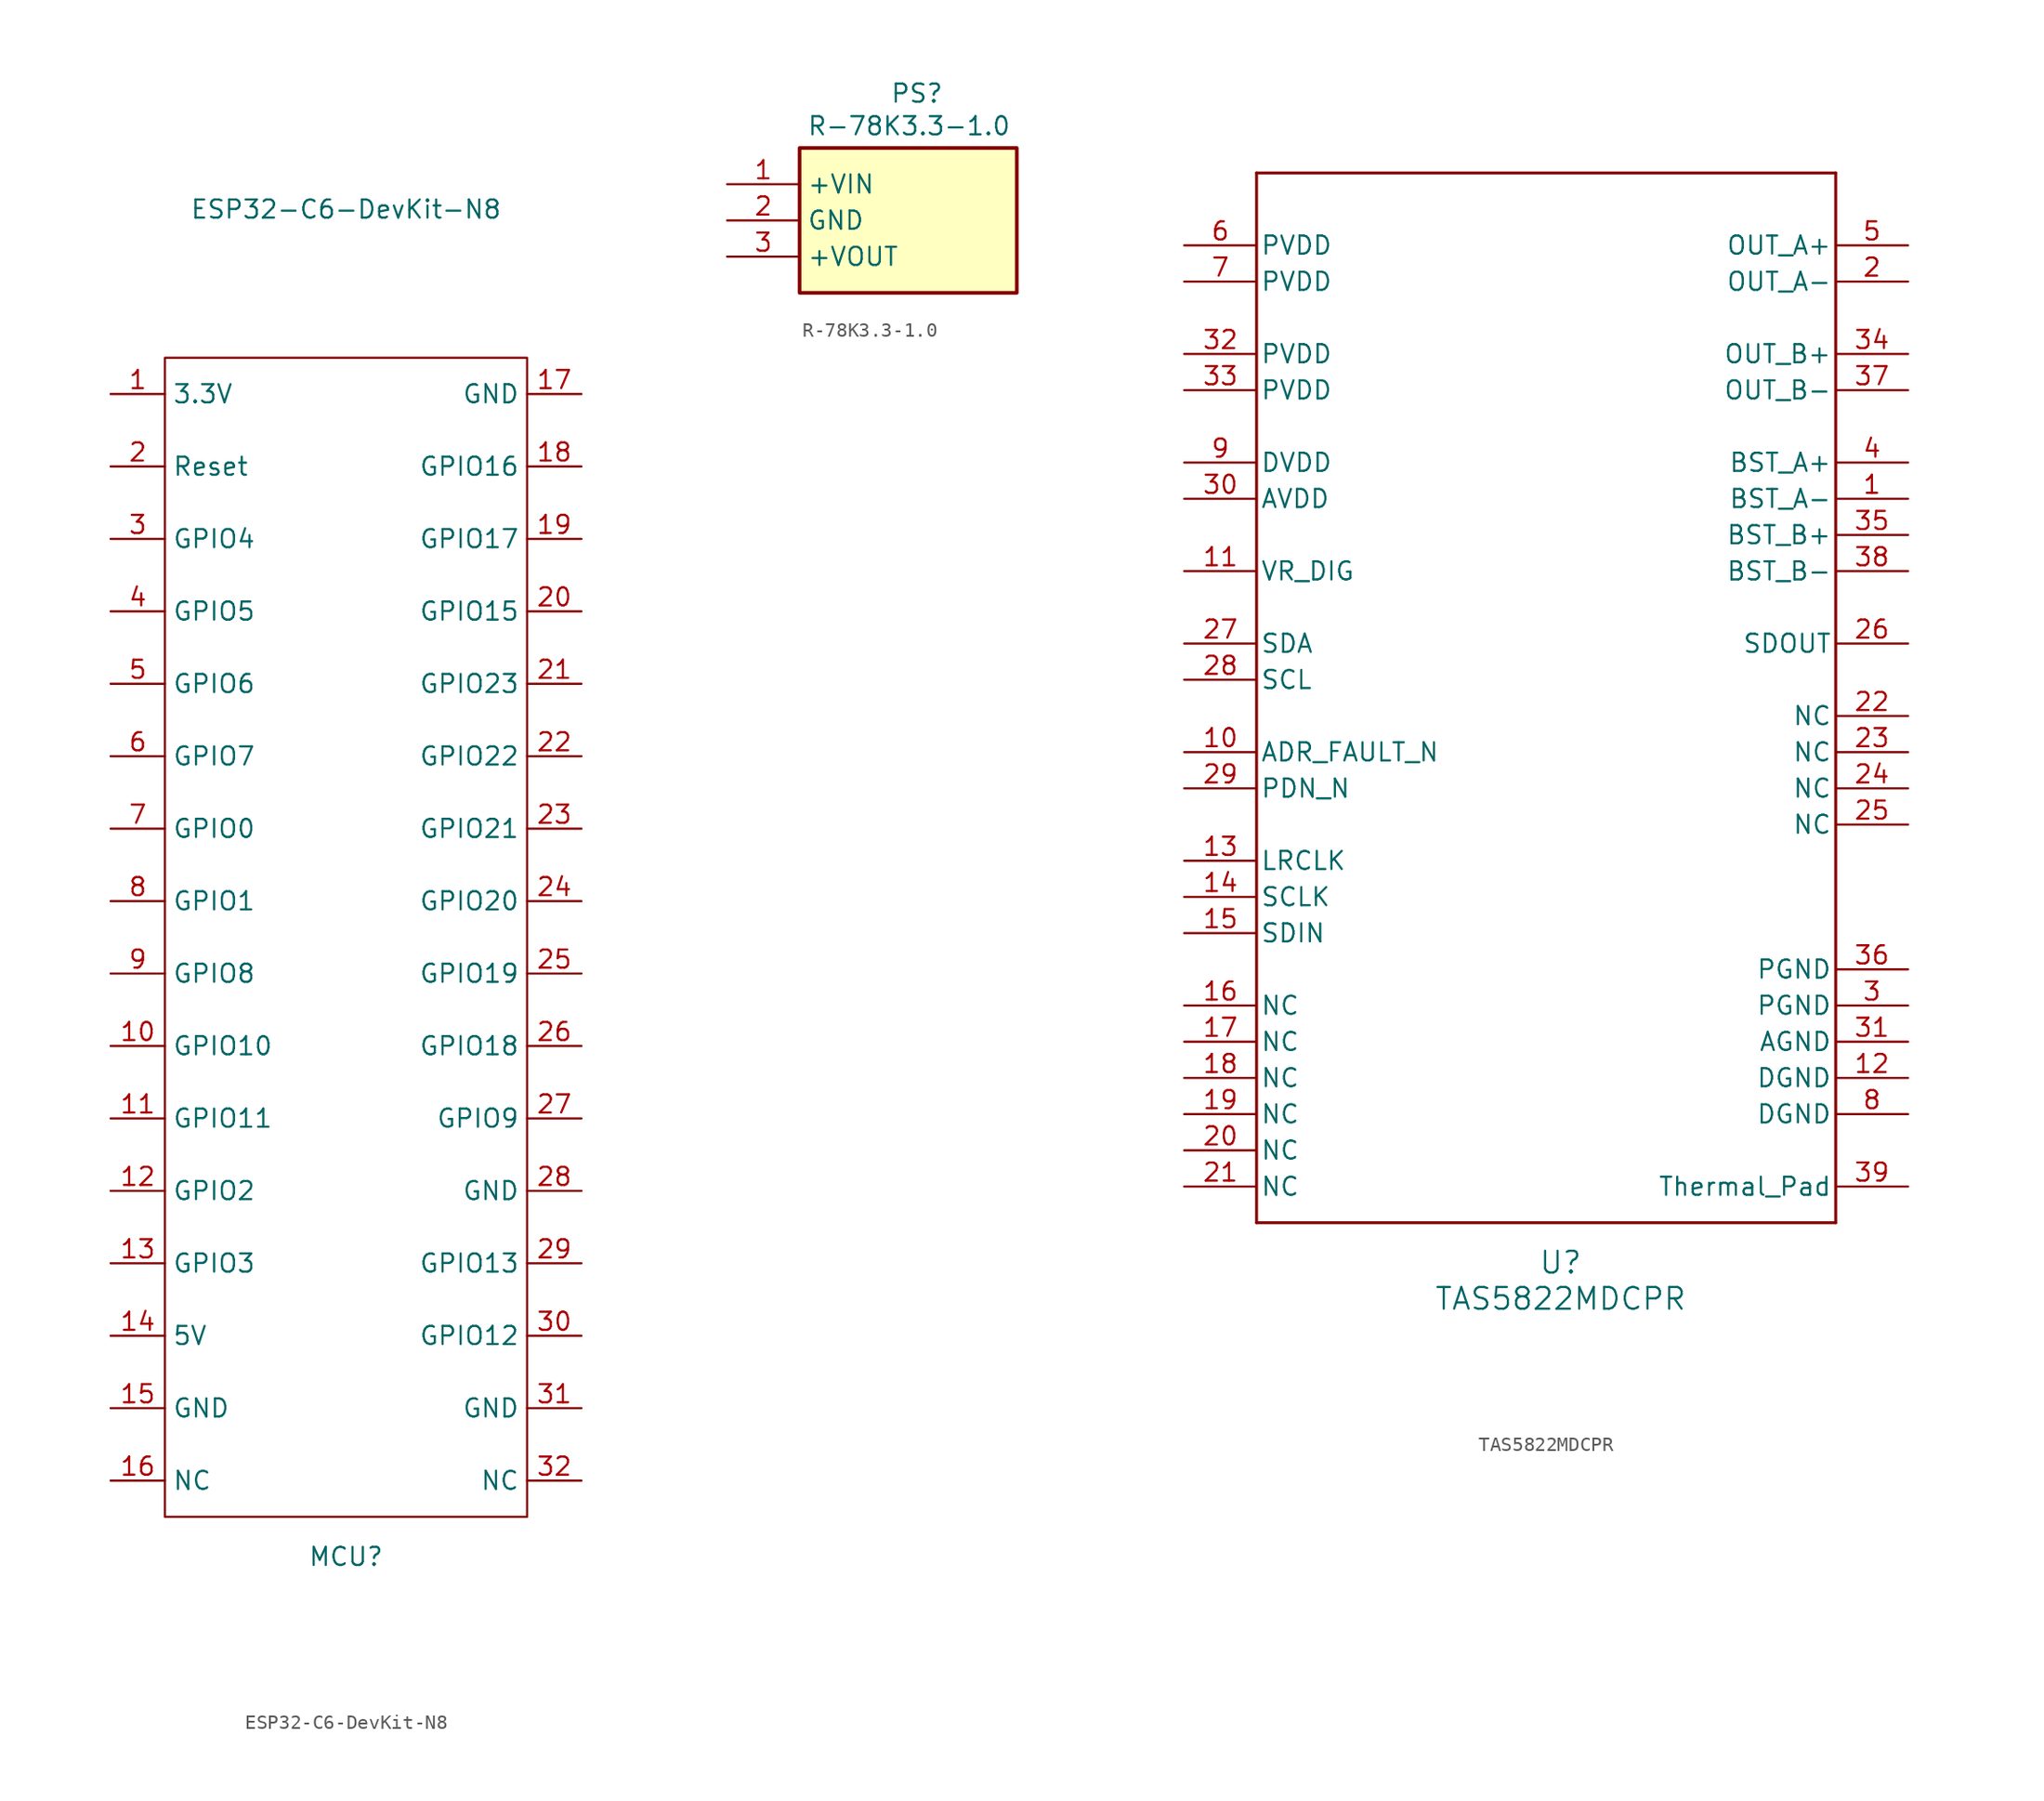
<source format=kicad_sym>
(kicad_symbol_lib
  (version 20231120)
  (generator "kicad_symbol_editor")
  (generator_version "8.0")
  (symbol "ESP32-C6-DevKit-N8"
    (property "Reference" "MCU"
      (at 0 -43.434 0)
      (effects (font (size 1.27 1.27))))
    (property "Value" "ESP32-C6-DevKit-N8"
      (at 0 51.054 0)
      (effects (font (size 1.27 1.27))))
    (symbol "ESP32-C6-DevKit-N8_0_1"
      (rectangle (start -12.7 40.64) (end 12.7 -40.64) (stroke (width 0) (type default)) (fill (type none))))
    (symbol "ESP32-C6-DevKit-N8_1_1"
      (pin power_out line (at -16.51 38.1 0) (length 3.81) (name "3.3V" (effects (font (size 1.27 1.27)))) (number "1" (effects (font (size 1.27 1.27)))))
      (pin bidirectional line (at -16.51 -7.62 0) (length 3.81) (name "GPIO10" (effects (font (size 1.27 1.27)))) (number "10" (effects (font (size 1.27 1.27)))))
      (pin bidirectional line (at -16.51 -12.7 0) (length 3.81) (name "GPIO11" (effects (font (size 1.27 1.27)))) (number "11" (effects (font (size 1.27 1.27)))))
      (pin bidirectional line (at -16.51 -17.78 0) (length 3.81) (name "GPIO2" (effects (font (size 1.27 1.27)))) (number "12" (effects (font (size 1.27 1.27)))))
      (pin bidirectional line (at -16.51 -22.86 0) (length 3.81) (name "GPIO3" (effects (font (size 1.27 1.27)))) (number "13" (effects (font (size 1.27 1.27)))))
      (pin power_in line (at -16.51 -27.94 0) (length 3.81) (name "5V" (effects (font (size 1.27 1.27)))) (number "14" (effects (font (size 1.27 1.27)))))
      (pin power_in line (at -16.51 -33.02 0) (length 3.81) (name "GND" (effects (font (size 1.27 1.27)))) (number "15" (effects (font (size 1.27 1.27)))))
      (pin unspecified line (at -16.51 -38.1 0) (length 3.81) (name "NC" (effects (font (size 1.27 1.27)))) (number "16" (effects (font (size 1.27 1.27)))))
      (pin power_in line (at 16.51 38.1 180) (length 3.81) (name "GND" (effects (font (size 1.27 1.27)))) (number "17" (effects (font (size 1.27 1.27)))))
      (pin bidirectional line (at 16.51 33.02 180) (length 3.81) (name "GPIO16" (effects (font (size 1.27 1.27)))) (number "18" (effects (font (size 1.27 1.27)))))
      (pin bidirectional line (at 16.51 27.94 180) (length 3.81) (name "GPIO17" (effects (font (size 1.27 1.27)))) (number "19" (effects (font (size 1.27 1.27)))))
      (pin input line (at -16.51 33.02 0) (length 3.81) (name "Reset" (effects (font (size 1.27 1.27)))) (number "2" (effects (font (size 1.27 1.27)))))
      (pin bidirectional line (at 16.51 22.86 180) (length 3.81) (name "GPIO15" (effects (font (size 1.27 1.27)))) (number "20" (effects (font (size 1.27 1.27)))))
      (pin bidirectional line (at 16.51 17.78 180) (length 3.81) (name "GPIO23" (effects (font (size 1.27 1.27)))) (number "21" (effects (font (size 1.27 1.27)))))
      (pin bidirectional line (at 16.51 12.7 180) (length 3.81) (name "GPIO22" (effects (font (size 1.27 1.27)))) (number "22" (effects (font (size 1.27 1.27)))))
      (pin bidirectional line (at 16.51 7.62 180) (length 3.81) (name "GPIO21" (effects (font (size 1.27 1.27)))) (number "23" (effects (font (size 1.27 1.27)))))
      (pin bidirectional line (at 16.51 2.54 180) (length 3.81) (name "GPIO20" (effects (font (size 1.27 1.27)))) (number "24" (effects (font (size 1.27 1.27)))))
      (pin bidirectional line (at 16.51 -2.54 180) (length 3.81) (name "GPIO19" (effects (font (size 1.27 1.27)))) (number "25" (effects (font (size 1.27 1.27)))))
      (pin bidirectional line (at 16.51 -7.62 180) (length 3.81) (name "GPIO18" (effects (font (size 1.27 1.27)))) (number "26" (effects (font (size 1.27 1.27)))))
      (pin bidirectional line (at 16.51 -12.7 180) (length 3.81) (name "GPIO9" (effects (font (size 1.27 1.27)))) (number "27" (effects (font (size 1.27 1.27)))))
      (pin power_in line (at 16.51 -17.78 180) (length 3.81) (name "GND" (effects (font (size 1.27 1.27)))) (number "28" (effects (font (size 1.27 1.27)))))
      (pin bidirectional line (at 16.51 -22.86 180) (length 3.81) (name "GPIO13" (effects (font (size 1.27 1.27)))) (number "29" (effects (font (size 1.27 1.27)))))
      (pin bidirectional line (at -16.51 27.94 0) (length 3.81) (name "GPIO4" (effects (font (size 1.27 1.27)))) (number "3" (effects (font (size 1.27 1.27)))))
      (pin bidirectional line (at 16.51 -27.94 180) (length 3.81) (name "GPIO12" (effects (font (size 1.27 1.27)))) (number "30" (effects (font (size 1.27 1.27)))))
      (pin power_in line (at 16.51 -33.02 180) (length 3.81) (name "GND" (effects (font (size 1.27 1.27)))) (number "31" (effects (font (size 1.27 1.27)))))
      (pin unspecified line (at 16.51 -38.1 180) (length 3.81) (name "NC" (effects (font (size 1.27 1.27)))) (number "32" (effects (font (size 1.27 1.27)))))
      (pin bidirectional line (at -16.51 22.86 0) (length 3.81) (name "GPIO5" (effects (font (size 1.27 1.27)))) (number "4" (effects (font (size 1.27 1.27)))))
      (pin bidirectional line (at -16.51 17.78 0) (length 3.81) (name "GPIO6" (effects (font (size 1.27 1.27)))) (number "5" (effects (font (size 1.27 1.27)))))
      (pin bidirectional line (at -16.51 12.7 0) (length 3.81) (name "GPIO7" (effects (font (size 1.27 1.27)))) (number "6" (effects (font (size 1.27 1.27)))))
      (pin bidirectional line (at -16.51 7.62 0) (length 3.81) (name "GPIO0" (effects (font (size 1.27 1.27)))) (number "7" (effects (font (size 1.27 1.27)))))
      (pin bidirectional line (at -16.51 2.54 0) (length 3.81) (name "GPIO1" (effects (font (size 1.27 1.27)))) (number "8" (effects (font (size 1.27 1.27)))))
      (pin bidirectional line (at -16.51 -2.54 0) (length 3.81) (name "GPIO8" (effects (font (size 1.27 1.27)))) (number "9" (effects (font (size 1.27 1.27)))))))
  (symbol "R-78K3.3-1.0"
    (property "Reference" "PS"
      (at 11.43 7.112 0)
      (effects (font (size 1.27 1.27)) (justify left top)))
    (property "Value" "R-78K3.3-1.0"
      (at 5.588 4.826 0)
      (effects (font (size 1.27 1.27)) (justify left top)))
    (symbol "R-78K3.3-1.0_1_1"
      (rectangle (start 5.08 2.54) (end 20.32 -7.62) (stroke (width 0.254) (type default)) (fill (type background)))
      (pin passive line (at 0 0 0) (length 5.08) (name "+VIN" (effects (font (size 1.27 1.27)))) (number "1" (effects (font (size 1.27 1.27)))))
      (pin passive line (at 0 -2.54 0) (length 5.08) (name "GND" (effects (font (size 1.27 1.27)))) (number "2" (effects (font (size 1.27 1.27)))))
      (pin passive line (at 0 -5.08 0) (length 5.08) (name "+VOUT" (effects (font (size 1.27 1.27)))) (number "3" (effects (font (size 1.27 1.27)))))))
  (symbol "TAS5822MDCPR"
    (pin_names
      (offset 0.254))
    (property "Reference" "U"
      (at 26.416 -71.374 0)
      (effects (font (size 1.524 1.524))))
    (property "Value" "TAS5822MDCPR"
      (at 26.416 -73.914 0)
      (effects (font (size 1.524 1.524))))
    (property "ki_locked" ""
      (at 0 0 0)
      (effects (font (size 1.27 1.27))))
    (symbol "TAS5822MDCPR_0_1"
      (polyline (pts (xy 5.08 -68.58) (xy 45.72 -68.58)) (stroke (width 0.203) (type default)) (fill (type none)))
      (polyline (pts (xy 5.08 5.08) (xy 5.08 -68.58)) (stroke (width 0.203) (type default)) (fill (type none)))
      (polyline (pts (xy 45.72 -68.58) (xy 45.72 5.08)) (stroke (width 0.203) (type default)) (fill (type none)))
      (polyline (pts (xy 45.72 5.08) (xy 5.08 5.08)) (stroke (width 0.203) (type default)) (fill (type none)))
      (pin power_in line (at 50.8 -17.78 180) (length 5.08) (name "BST_A-" (effects (font (size 1.27 1.27)))) (number "1" (effects (font (size 1.27 1.27)))))
      (pin bidirectional line (at 0 -35.56 0) (length 5.08) (name "ADR_FAULT_N" (effects (font (size 1.27 1.27)))) (number "10" (effects (font (size 1.27 1.27)))))
      (pin power_in line (at 0 -22.86 0) (length 5.08) (name "VR_DIG" (effects (font (size 1.27 1.27)))) (number "11" (effects (font (size 1.27 1.27)))))
      (pin power_in line (at 50.8 -58.42 180) (length 5.08) (name "DGND" (effects (font (size 1.27 1.27)))) (number "12" (effects (font (size 1.27 1.27)))))
      (pin input line (at 0 -43.18 0) (length 5.08) (name "LRCLK" (effects (font (size 1.27 1.27)))) (number "13" (effects (font (size 1.27 1.27)))))
      (pin input line (at 0 -45.72 0) (length 5.08) (name "SCLK" (effects (font (size 1.27 1.27)))) (number "14" (effects (font (size 1.27 1.27)))))
      (pin input line (at 0 -48.26 0) (length 5.08) (name "SDIN" (effects (font (size 1.27 1.27)))) (number "15" (effects (font (size 1.27 1.27)))))
      (pin unspecified line (at 0 -53.34 0) (length 5.08) (name "NC" (effects (font (size 1.27 1.27)))) (number "16" (effects (font (size 1.27 1.27)))))
      (pin unspecified line (at 0 -55.88 0) (length 5.08) (name "NC" (effects (font (size 1.27 1.27)))) (number "17" (effects (font (size 1.27 1.27)))))
      (pin unspecified line (at 0 -58.42 0) (length 5.08) (name "NC" (effects (font (size 1.27 1.27)))) (number "18" (effects (font (size 1.27 1.27)))))
      (pin unspecified line (at 0 -60.96 0) (length 5.08) (name "NC" (effects (font (size 1.27 1.27)))) (number "19" (effects (font (size 1.27 1.27)))))
      (pin output line (at 50.8 -2.54 180) (length 5.08) (name "OUT_A-" (effects (font (size 1.27 1.27)))) (number "2" (effects (font (size 1.27 1.27)))))
      (pin unspecified line (at 0 -63.5 0) (length 5.08) (name "NC" (effects (font (size 1.27 1.27)))) (number "20" (effects (font (size 1.27 1.27)))))
      (pin unspecified line (at 0 -66.04 0) (length 5.08) (name "NC" (effects (font (size 1.27 1.27)))) (number "21" (effects (font (size 1.27 1.27)))))
      (pin unspecified line (at 50.8 -33.02 180) (length 5.08) (name "NC" (effects (font (size 1.27 1.27)))) (number "22" (effects (font (size 1.27 1.27)))))
      (pin unspecified line (at 50.8 -35.56 180) (length 5.08) (name "NC" (effects (font (size 1.27 1.27)))) (number "23" (effects (font (size 1.27 1.27)))))
      (pin unspecified line (at 50.8 -38.1 180) (length 5.08) (name "NC" (effects (font (size 1.27 1.27)))) (number "24" (effects (font (size 1.27 1.27)))))
      (pin unspecified line (at 50.8 -40.64 180) (length 5.08) (name "NC" (effects (font (size 1.27 1.27)))) (number "25" (effects (font (size 1.27 1.27)))))
      (pin output line (at 50.8 -27.94 180) (length 5.08) (name "SDOUT" (effects (font (size 1.27 1.27)))) (number "26" (effects (font (size 1.27 1.27)))))
      (pin bidirectional line (at 0 -27.94 0) (length 5.08) (name "SDA" (effects (font (size 1.27 1.27)))) (number "27" (effects (font (size 1.27 1.27)))))
      (pin input line (at 0 -30.48 0) (length 5.08) (name "SCL" (effects (font (size 1.27 1.27)))) (number "28" (effects (font (size 1.27 1.27)))))
      (pin input line (at 0 -38.1 0) (length 5.08) (name "PDN_N" (effects (font (size 1.27 1.27)))) (number "29" (effects (font (size 1.27 1.27)))))
      (pin power_in line (at 50.8 -53.34 180) (length 5.08) (name "PGND" (effects (font (size 1.27 1.27)))) (number "3" (effects (font (size 1.27 1.27)))))
      (pin power_in line (at 0 -17.78 0) (length 5.08) (name "AVDD" (effects (font (size 1.27 1.27)))) (number "30" (effects (font (size 1.27 1.27)))))
      (pin power_in line (at 50.8 -55.88 180) (length 5.08) (name "AGND" (effects (font (size 1.27 1.27)))) (number "31" (effects (font (size 1.27 1.27)))))
      (pin power_in line (at 0 -7.62 0) (length 5.08) (name "PVDD" (effects (font (size 1.27 1.27)))) (number "32" (effects (font (size 1.27 1.27)))))
      (pin power_in line (at 0 -10.16 0) (length 5.08) (name "PVDD" (effects (font (size 1.27 1.27)))) (number "33" (effects (font (size 1.27 1.27)))))
      (pin output line (at 50.8 -7.62 180) (length 5.08) (name "OUT_B+" (effects (font (size 1.27 1.27)))) (number "34" (effects (font (size 1.27 1.27)))))
      (pin power_in line (at 50.8 -20.32 180) (length 5.08) (name "BST_B+" (effects (font (size 1.27 1.27)))) (number "35" (effects (font (size 1.27 1.27)))))
      (pin power_in line (at 50.8 -50.8 180) (length 5.08) (name "PGND" (effects (font (size 1.27 1.27)))) (number "36" (effects (font (size 1.27 1.27)))))
      (pin output line (at 50.8 -10.16 180) (length 5.08) (name "OUT_B-" (effects (font (size 1.27 1.27)))) (number "37" (effects (font (size 1.27 1.27)))))
      (pin power_in line (at 50.8 -22.86 180) (length 5.08) (name "BST_B-" (effects (font (size 1.27 1.27)))) (number "38" (effects (font (size 1.27 1.27)))))
      (pin power_in line (at 50.8 -66.04 180) (length 5.08) (name "Thermal_Pad" (effects (font (size 1.27 1.27)))) (number "39" (effects (font (size 1.27 1.27)))))
      (pin power_in line (at 50.8 -15.24 180) (length 5.08) (name "BST_A+" (effects (font (size 1.27 1.27)))) (number "4" (effects (font (size 1.27 1.27)))))
      (pin output line (at 50.8 0 180) (length 5.08) (name "OUT_A+" (effects (font (size 1.27 1.27)))) (number "5" (effects (font (size 1.27 1.27)))))
      (pin power_in line (at 0 0 0) (length 5.08) (name "PVDD" (effects (font (size 1.27 1.27)))) (number "6" (effects (font (size 1.27 1.27)))))
      (pin power_in line (at 0 -2.54 0) (length 5.08) (name "PVDD" (effects (font (size 1.27 1.27)))) (number "7" (effects (font (size 1.27 1.27)))))
      (pin power_in line (at 50.8 -60.96 180) (length 5.08) (name "DGND" (effects (font (size 1.27 1.27)))) (number "8" (effects (font (size 1.27 1.27)))))
      (pin power_in line (at 0 -15.24 0) (length 5.08) (name "DVDD" (effects (font (size 1.27 1.27)))) (number "9" (effects (font (size 1.27 1.27))))))))
</source>
